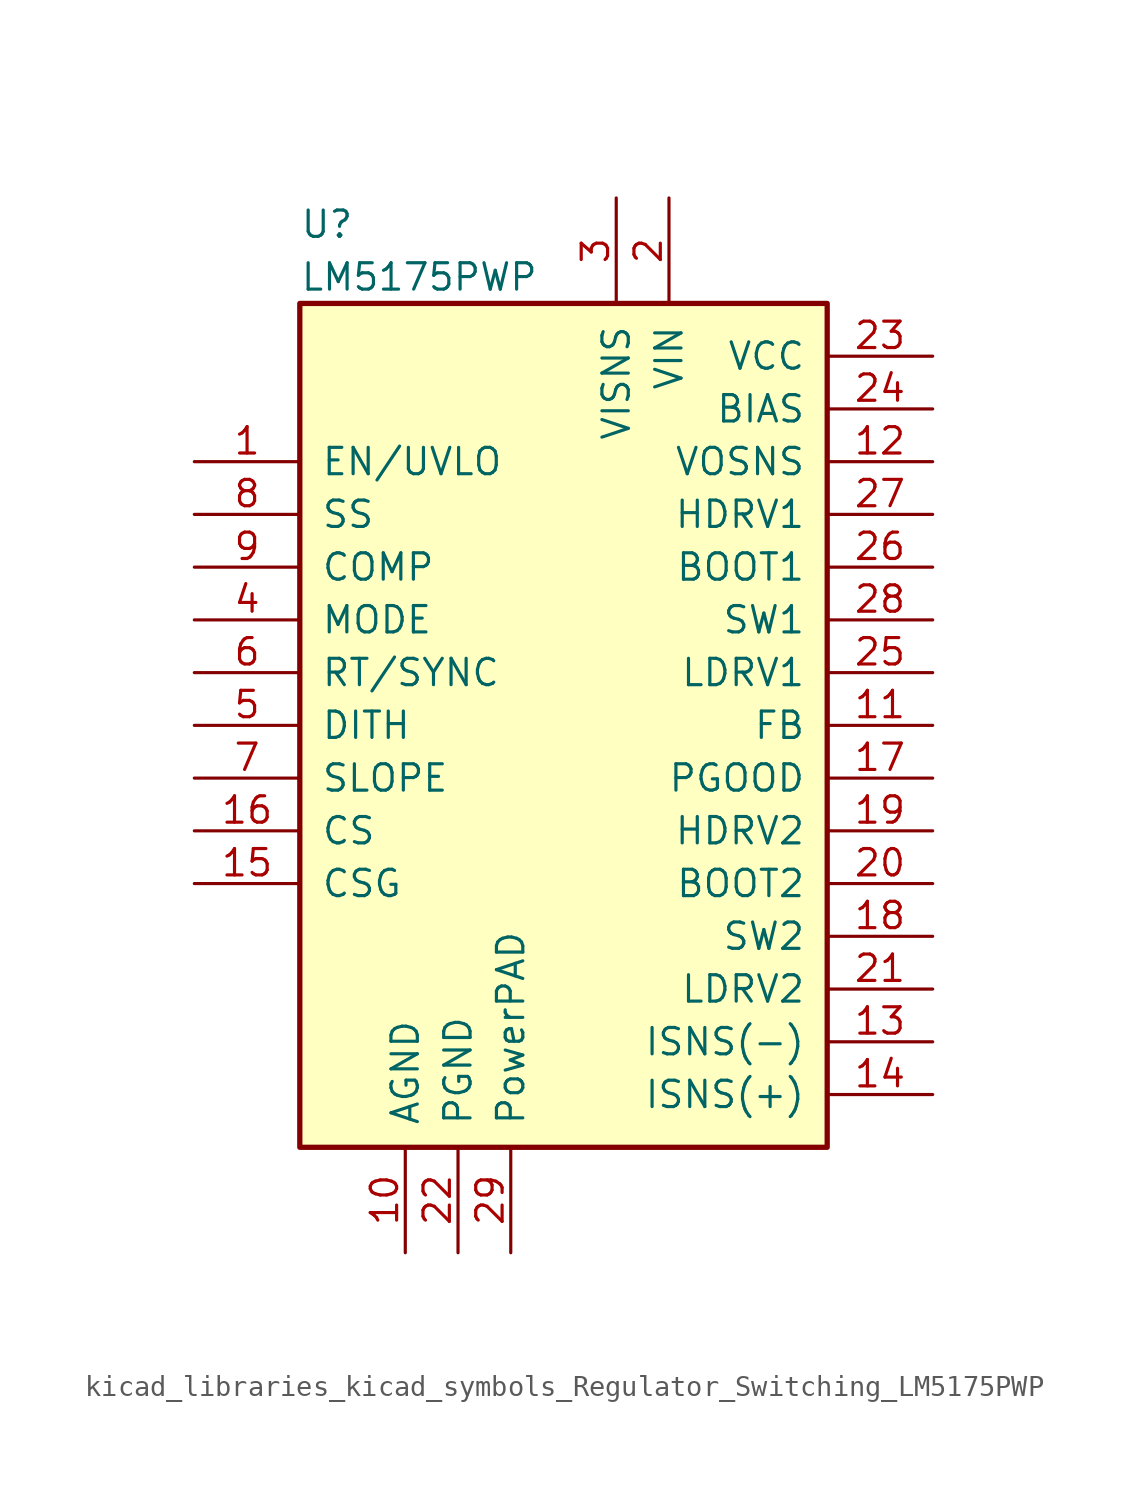
<source format=kicad_sym>
(kicad_symbol_lib
  (version 20220914)
  (generator kicad_symbol_editor)
  (symbol "kicad_libraries_kicad_symbols_Regulator_Switching_LM5175PWP"
    (pin_names
      (offset 1.016))
    (property "Reference" "U"
      (at -12.7 24.13 0)
      (effects (font (size 1.27 1.27)) (justify left)))
    (property "Value" "LM5175PWP"
      (at -12.7 21.59 0)
      (effects (font (size 1.27 1.27)) (justify left)))
    (symbol "kicad_libraries_kicad_symbols_Regulator_Switching_LM5175PWP_0_1"
      (rectangle (start -12.7 20.32) (end 12.7 -20.32) (stroke (width 0.254) (type default)) (fill (type background))))
    (symbol "kicad_libraries_kicad_symbols_Regulator_Switching_LM5175PWP_1_1"
      (pin input line (at -17.78 12.7 0) (length 5.08) (name "EN/UVLO" (effects (font (size 1.27 1.27)))) (number "1" (effects (font (size 1.27 1.27)))))
      (pin power_in line (at -7.62 -25.4 90) (length 5.08) (name "AGND" (effects (font (size 1.27 1.27)))) (number "10" (effects (font (size 1.27 1.27)))))
      (pin input line (at 17.78 0 180) (length 5.08) (name "FB" (effects (font (size 1.27 1.27)))) (number "11" (effects (font (size 1.27 1.27)))))
      (pin output line (at 17.78 12.7 180) (length 5.08) (name "VOSNS" (effects (font (size 1.27 1.27)))) (number "12" (effects (font (size 1.27 1.27)))))
      (pin input line (at 17.78 -15.24 180) (length 5.08) (name "ISNS(-)" (effects (font (size 1.27 1.27)))) (number "13" (effects (font (size 1.27 1.27)))))
      (pin input line (at 17.78 -17.78 180) (length 5.08) (name "ISNS(+)" (effects (font (size 1.27 1.27)))) (number "14" (effects (font (size 1.27 1.27)))))
      (pin input line (at -17.78 -7.62 0) (length 5.08) (name "CSG" (effects (font (size 1.27 1.27)))) (number "15" (effects (font (size 1.27 1.27)))))
      (pin input line (at -17.78 -5.08 0) (length 5.08) (name "CS" (effects (font (size 1.27 1.27)))) (number "16" (effects (font (size 1.27 1.27)))))
      (pin output line (at 17.78 -2.54 180) (length 5.08) (name "PGOOD" (effects (font (size 1.27 1.27)))) (number "17" (effects (font (size 1.27 1.27)))))
      (pin output line (at 17.78 -10.16 180) (length 5.08) (name "SW2" (effects (font (size 1.27 1.27)))) (number "18" (effects (font (size 1.27 1.27)))))
      (pin output line (at 17.78 -5.08 180) (length 5.08) (name "HDRV2" (effects (font (size 1.27 1.27)))) (number "19" (effects (font (size 1.27 1.27)))))
      (pin power_in line (at 5.08 25.4 270) (length 5.08) (name "VIN" (effects (font (size 1.27 1.27)))) (number "2" (effects (font (size 1.27 1.27)))))
      (pin passive line (at 17.78 -7.62 180) (length 5.08) (name "BOOT2" (effects (font (size 1.27 1.27)))) (number "20" (effects (font (size 1.27 1.27)))))
      (pin output line (at 17.78 -12.7 180) (length 5.08) (name "LDRV2" (effects (font (size 1.27 1.27)))) (number "21" (effects (font (size 1.27 1.27)))))
      (pin power_in line (at -5.08 -25.4 90) (length 5.08) (name "PGND" (effects (font (size 1.27 1.27)))) (number "22" (effects (font (size 1.27 1.27)))))
      (pin power_in line (at 17.78 17.78 180) (length 5.08) (name "VCC" (effects (font (size 1.27 1.27)))) (number "23" (effects (font (size 1.27 1.27)))))
      (pin input line (at 17.78 15.24 180) (length 5.08) (name "BIAS" (effects (font (size 1.27 1.27)))) (number "24" (effects (font (size 1.27 1.27)))))
      (pin output line (at 17.78 2.54 180) (length 5.08) (name "LDRV1" (effects (font (size 1.27 1.27)))) (number "25" (effects (font (size 1.27 1.27)))))
      (pin passive line (at 17.78 7.62 180) (length 5.08) (name "BOOT1" (effects (font (size 1.27 1.27)))) (number "26" (effects (font (size 1.27 1.27)))))
      (pin output line (at 17.78 10.16 180) (length 5.08) (name "HDRV1" (effects (font (size 1.27 1.27)))) (number "27" (effects (font (size 1.27 1.27)))))
      (pin output line (at 17.78 5.08 180) (length 5.08) (name "SW1" (effects (font (size 1.27 1.27)))) (number "28" (effects (font (size 1.27 1.27)))))
      (pin input line (at -2.54 -25.4 90) (length 5.08) (name "PowerPAD" (effects (font (size 1.27 1.27)))) (number "29" (effects (font (size 1.27 1.27)))))
      (pin input line (at 2.54 25.4 270) (length 5.08) (name "VISNS" (effects (font (size 1.27 1.27)))) (number "3" (effects (font (size 1.27 1.27)))))
      (pin input line (at -17.78 5.08 0) (length 5.08) (name "MODE" (effects (font (size 1.27 1.27)))) (number "4" (effects (font (size 1.27 1.27)))))
      (pin passive line (at -17.78 0 0) (length 5.08) (name "DITH" (effects (font (size 1.27 1.27)))) (number "5" (effects (font (size 1.27 1.27)))))
      (pin input line (at -17.78 2.54 0) (length 5.08) (name "RT/SYNC" (effects (font (size 1.27 1.27)))) (number "6" (effects (font (size 1.27 1.27)))))
      (pin passive line (at -17.78 -2.54 0) (length 5.08) (name "SLOPE" (effects (font (size 1.27 1.27)))) (number "7" (effects (font (size 1.27 1.27)))))
      (pin passive line (at -17.78 10.16 0) (length 5.08) (name "SS" (effects (font (size 1.27 1.27)))) (number "8" (effects (font (size 1.27 1.27)))))
      (pin passive line (at -17.78 7.62 0) (length 5.08) (name "COMP" (effects (font (size 1.27 1.27)))) (number "9" (effects (font (size 1.27 1.27))))))))
</source>
